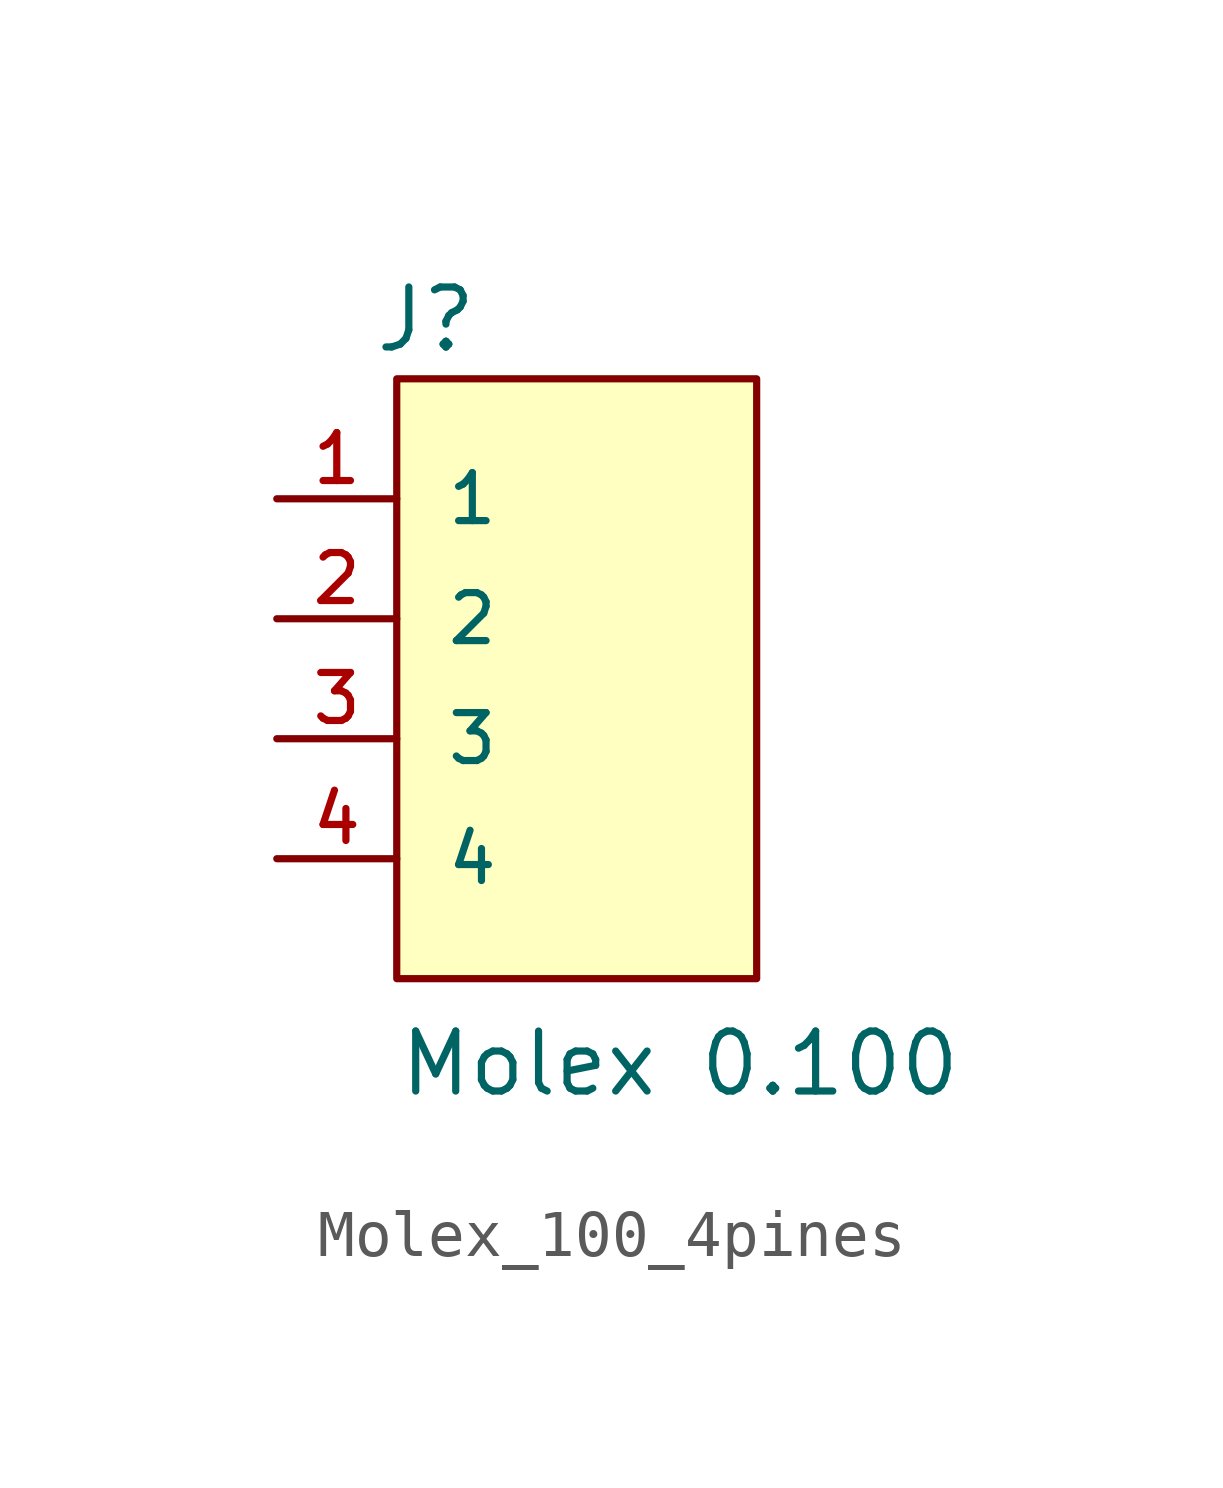
<source format=kicad_sym>
(kicad_symbol_lib
  (version 20220914)
  (generator kicad_symbol_editor)
  (symbol "Molex_100_4pines"
    (pin_names
      (offset 1.016))
    (property "Reference" "J"
      (at -3.05 5.591 0)
      (effects (font (size 1.27 1.27)) (justify left bottom)))
    (property "Value" "Molex 0.100"
      (at -2.541 -10.162 0)
      (effects (font (size 1.27 1.27)) (justify left bottom)))
    (symbol "Molex_100_4pines_0_0"
      (rectangle (start -2.54 5.08) (end 5.08 -7.62) (stroke (width 0.152) (type default)) (fill (type background)))
      (pin passive line (at -5.08 2.54 0) (length 2.54) (name "1" (effects (font (size 1.016 1.016)))) (number "1" (effects (font (size 1.016 1.016)))))
      (pin passive line (at -5.08 0 0) (length 2.54) (name "2" (effects (font (size 1.016 1.016)))) (number "2" (effects (font (size 1.016 1.016)))))
      (pin passive line (at -5.08 -2.54 0) (length 2.54) (name "3" (effects (font (size 1.016 1.016)))) (number "3" (effects (font (size 1.016 1.016)))))
      (pin passive line (at -5.08 -5.08 0) (length 2.54) (name "4" (effects (font (size 1.016 1.016)))) (number "4" (effects (font (size 1.016 1.016))))))))
</source>
